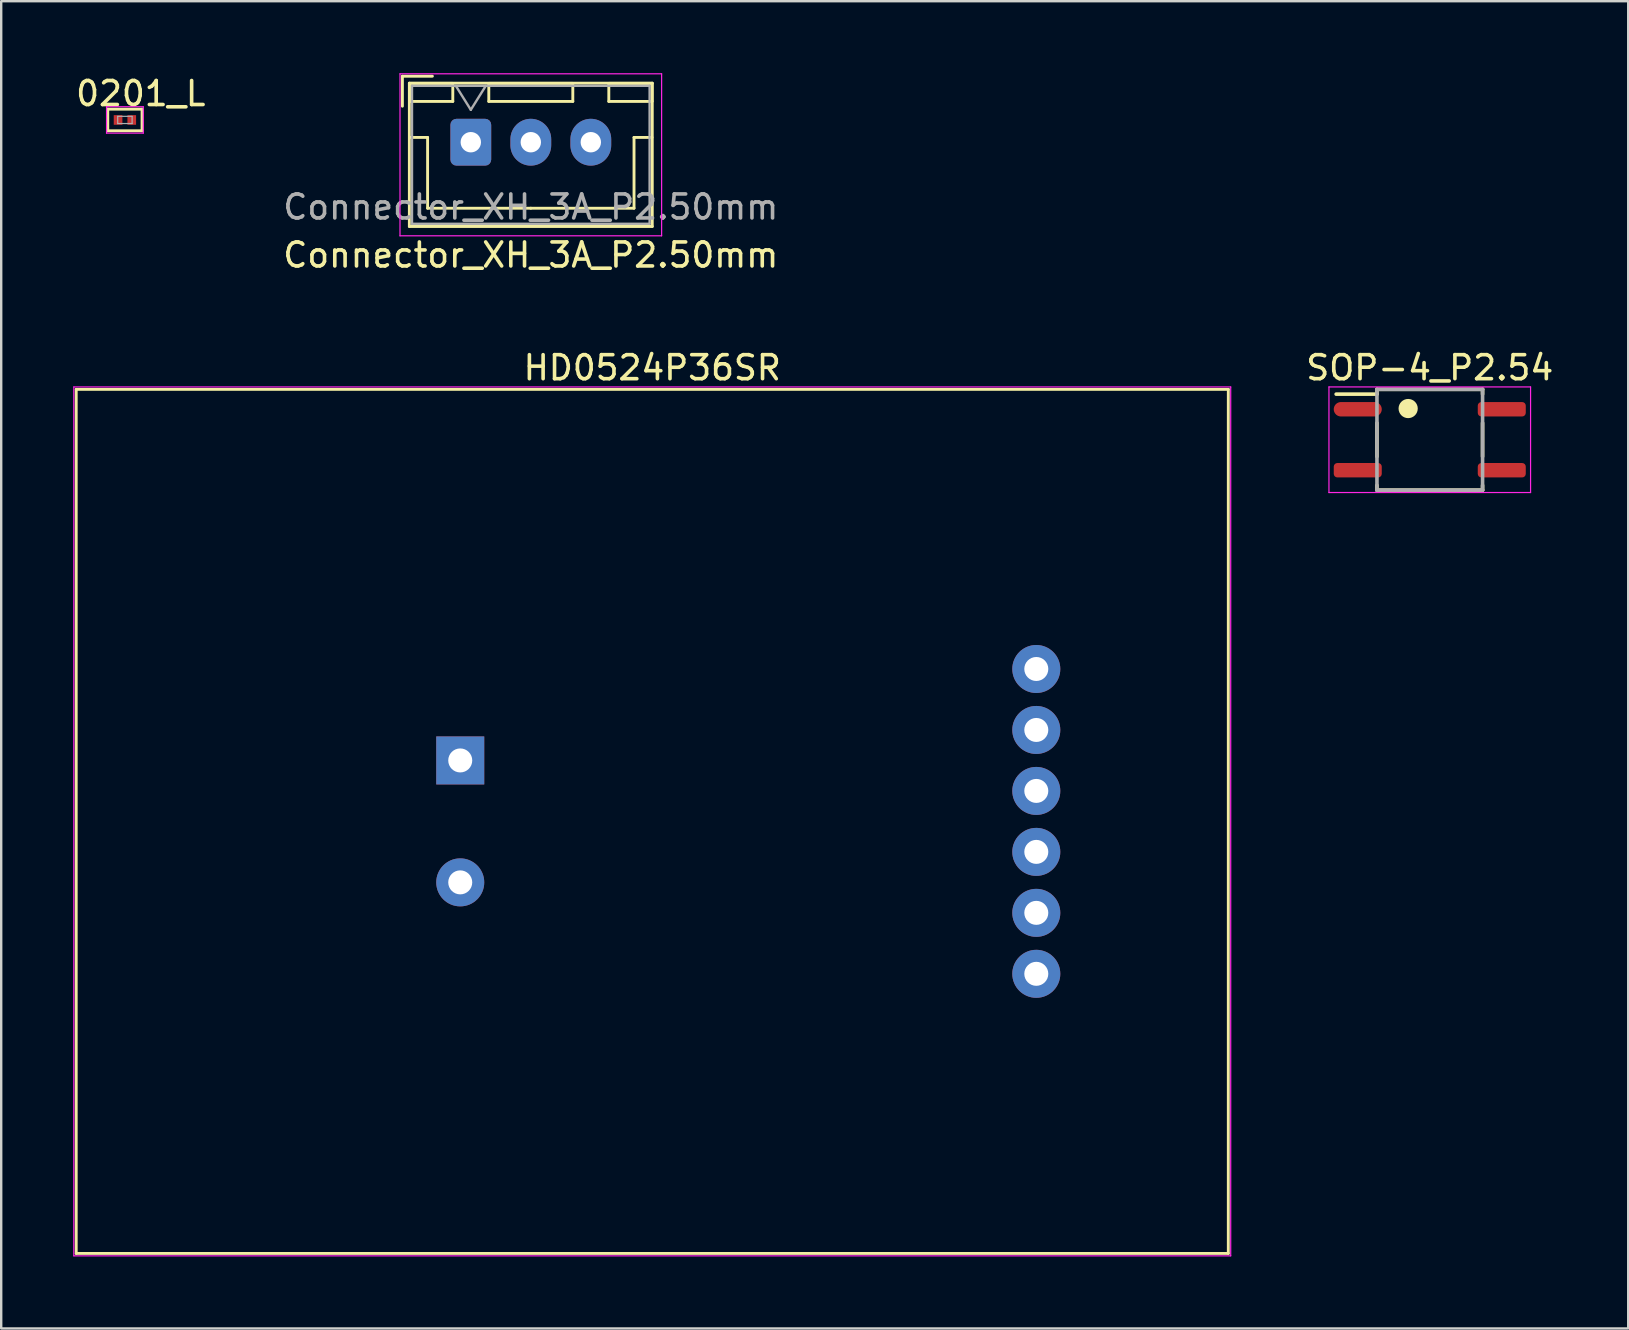
<source format=kicad_pcb>
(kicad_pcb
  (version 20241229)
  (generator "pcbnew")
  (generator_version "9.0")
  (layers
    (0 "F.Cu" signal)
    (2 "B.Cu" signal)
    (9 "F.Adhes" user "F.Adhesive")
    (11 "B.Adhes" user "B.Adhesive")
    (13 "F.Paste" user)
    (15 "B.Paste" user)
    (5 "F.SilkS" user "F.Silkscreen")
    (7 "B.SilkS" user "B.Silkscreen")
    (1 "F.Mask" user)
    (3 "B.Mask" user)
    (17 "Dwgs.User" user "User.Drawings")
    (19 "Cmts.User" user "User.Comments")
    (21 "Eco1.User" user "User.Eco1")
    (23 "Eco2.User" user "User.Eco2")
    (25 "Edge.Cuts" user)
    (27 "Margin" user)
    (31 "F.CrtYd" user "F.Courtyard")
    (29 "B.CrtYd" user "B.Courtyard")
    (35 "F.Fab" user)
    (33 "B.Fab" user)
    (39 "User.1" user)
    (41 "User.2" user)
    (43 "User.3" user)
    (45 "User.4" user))
  (footprint "Connector_XH_3A_P2.50mm"
    (layer "F.Cu")
    (at 16.565 2.875)
    (property "Reference" "Connector_XH_3A_P2.50mm" (at 2.5 4.7 0) (layer "F.SilkS") (effects (font (size 1 1) (thickness 0.15))))
    (attr through_hole)
    (fp_line (start -2.85 -2.75) (end -2.85 -1.5) (stroke (width 0.12) (type solid)) (layer "F.SilkS"))
    (fp_line (start -2.56 -2.46) (end -2.56 3.51) (stroke (width 0.12) (type solid)) (layer "F.SilkS"))
    (fp_line (start -2.56 3.51) (end 7.56 3.51) (stroke (width 0.12) (type solid)) (layer "F.SilkS"))
    (fp_line (start -2.55 -2.45) (end -2.55 -1.7) (stroke (width 0.12) (type solid)) (layer "F.SilkS"))
    (fp_line (start -2.55 -1.7) (end -0.75 -1.7) (stroke (width 0.12) (type solid)) (layer "F.SilkS"))
    (fp_line (start -2.55 -0.2) (end -1.8 -0.2) (stroke (width 0.12) (type solid)) (layer "F.SilkS"))
    (fp_line (start -1.8 -0.2) (end -1.8 2.75) (stroke (width 0.12) (type solid)) (layer "F.SilkS"))
    (fp_line (start -1.8 2.75) (end 2.5 2.75) (stroke (width 0.12) (type solid)) (layer "F.SilkS"))
    (fp_line (start -1.6 -2.75) (end -2.85 -2.75) (stroke (width 0.12) (type solid)) (layer "F.SilkS"))
    (fp_line (start -0.75 -2.45) (end -2.55 -2.45) (stroke (width 0.12) (type solid)) (layer "F.SilkS"))
    (fp_line (start -0.75 -1.7) (end -0.75 -2.45) (stroke (width 0.12) (type solid)) (layer "F.SilkS"))
    (fp_line (start 0.75 -2.45) (end 0.75 -1.7) (stroke (width 0.12) (type solid)) (layer "F.SilkS"))
    (fp_line (start 0.75 -1.7) (end 4.25 -1.7) (stroke (width 0.12) (type solid)) (layer "F.SilkS"))
    (fp_line (start 4.25 -2.45) (end 0.75 -2.45) (stroke (width 0.12) (type solid)) (layer "F.SilkS"))
    (fp_line (start 4.25 -1.7) (end 4.25 -2.45) (stroke (width 0.12) (type solid)) (layer "F.SilkS"))
    (fp_line (start 5.75 -2.45) (end 5.75 -1.7) (stroke (width 0.12) (type solid)) (layer "F.SilkS"))
    (fp_line (start 5.75 -1.7) (end 7.55 -1.7) (stroke (width 0.12) (type solid)) (layer "F.SilkS"))
    (fp_line (start 6.8 -0.2) (end 6.8 2.75) (stroke (width 0.12) (type solid)) (layer "F.SilkS"))
    (fp_line (start 6.8 2.75) (end 2.5 2.75) (stroke (width 0.12) (type solid)) (layer "F.SilkS"))
    (fp_line (start 7.55 -2.45) (end 5.75 -2.45) (stroke (width 0.12) (type solid)) (layer "F.SilkS"))
    (fp_line (start 7.55 -1.7) (end 7.55 -2.45) (stroke (width 0.12) (type solid)) (layer "F.SilkS"))
    (fp_line (start 7.55 -0.2) (end 6.8 -0.2) (stroke (width 0.12) (type solid)) (layer "F.SilkS"))
    (fp_line (start 7.56 -2.46) (end -2.56 -2.46) (stroke (width 0.12) (type solid)) (layer "F.SilkS"))
    (fp_line (start 7.56 3.51) (end 7.56 -2.46) (stroke (width 0.12) (type solid)) (layer "F.SilkS"))
    (fp_line (start -2.95 -2.85) (end -2.95 3.9) (stroke (width 0.05) (type solid)) (layer "F.CrtYd"))
    (fp_line (start -2.95 3.9) (end 7.95 3.9) (stroke (width 0.05) (type solid)) (layer "F.CrtYd"))
    (fp_line (start 7.95 -2.85) (end -2.95 -2.85) (stroke (width 0.05) (type solid)) (layer "F.CrtYd"))
    (fp_line (start 7.95 3.9) (end 7.95 -2.85) (stroke (width 0.05) (type solid)) (layer "F.CrtYd"))
    (fp_line (start -2.45 -2.35) (end -2.45 3.4) (stroke (width 0.1) (type solid)) (layer "F.Fab"))
    (fp_line (start -2.45 3.4) (end 7.45 3.4) (stroke (width 0.1) (type solid)) (layer "F.Fab"))
    (fp_line (start -0.625 -2.35) (end 0 -1.35) (stroke (width 0.1) (type solid)) (layer "F.Fab"))
    (fp_line (start 0 -1.35) (end 0.625 -2.35) (stroke (width 0.1) (type solid)) (layer "F.Fab"))
    (fp_line (start 7.45 -2.35) (end -2.45 -2.35) (stroke (width 0.1) (type solid)) (layer "F.Fab"))
    (fp_line (start 7.45 3.4) (end 7.45 -2.35) (stroke (width 0.1) (type solid)) (layer "F.Fab"))
    (fp_text user "${REFERENCE}" (at 2.5 2.7 0) (layer "F.Fab") (effects (font (size 1 1) (thickness 0.15))))
    (pad "1" thru_hole roundrect (at 0 0) (size 1.7 1.95) (drill 0.85) (layers "*.Cu" "*.Mask") (roundrect_rratio 0.147))
    (pad "2" thru_hole oval (at 2.5 0) (size 1.7 1.95) (drill 0.85) (layers "*.Cu" "*.Mask"))
    (pad "3" thru_hole oval (at 5 0) (size 1.7 1.95) (drill 0.85) (layers "*.Cu" "*.Mask")))
  (footprint "0201_L"
    (layer "F.Cu")
    (at 2.154 1.948)
    (property "Reference" "0201_L" (at 0.661 -1.099 0) (layer "F.SilkS") (effects (font (size 1 1) (thickness 0.15))))
    (attr through_hole)
    (fp_line (start -0.715 -0.45) (end 0.715 -0.45) (stroke (width 0.12) (type solid)) (layer "F.SilkS"))
    (fp_line (start -0.715 0.45) (end -0.715 -0.45) (stroke (width 0.12) (type solid)) (layer "F.SilkS"))
    (fp_line (start -0.715 0.45) (end 0.715 0.45) (stroke (width 0.12) (type solid)) (layer "F.SilkS"))
    (fp_line (start 0.715 0.45) (end 0.715 -0.45) (stroke (width 0.12) (type solid)) (layer "F.SilkS"))
    (fp_line (start -0.765 -0.55) (end 0.765 -0.55) (stroke (width 0.05) (type solid)) (layer "F.CrtYd"))
    (fp_line (start -0.765 0.55) (end -0.765 -0.55) (stroke (width 0.05) (type solid)) (layer "F.CrtYd"))
    (fp_line (start 0.765 -0.55) (end 0.765 0.55) (stroke (width 0.05) (type solid)) (layer "F.CrtYd"))
    (fp_line (start 0.765 0.55) (end -0.765 0.55) (stroke (width 0.05) (type solid)) (layer "F.CrtYd"))
    (fp_line (start -0.3 -0.15) (end 0.3 -0.15) (stroke (width 0.05) (type solid)) (layer "F.Fab"))
    (fp_line (start -0.3 0.15) (end -0.3 -0.15) (stroke (width 0.05) (type solid)) (layer "F.Fab"))
    (fp_line (start -0.3 0.15) (end 0.3 0.15) (stroke (width 0.05) (type solid)) (layer "F.Fab"))
    (fp_line (start 0.3 0.15) (end 0.3 -0.15) (stroke (width 0.05) (type solid)) (layer "F.Fab"))
    (pad "1" smd rect (at -0.285 0) (size 0.36 0.4) (layers "F.Cu" "F.Mask" "F.Paste"))
    (pad "2" smd rect (at 0.285 0) (size 0.36 0.4) (layers "F.Cu" "F.Mask" "F.Paste")))
  (footprint "HD0524P36SR"
    (layer "F.Cu")
    (at 24.125 31.172)
    (property "Reference" "HD0524P36SR" (at 0 -18.9 0) (layer "F.SilkS") (effects (font (size 1 1) (thickness 0.15))))
    (attr through_hole)
    (fp_line (start -24 -18) (end -24 18) (stroke (width 0.12) (type solid)) (layer "F.SilkS"))
    (fp_line (start -24 -18) (end 24 -18) (stroke (width 0.12) (type solid)) (layer "F.SilkS"))
    (fp_line (start -24 18) (end 24 18) (stroke (width 0.12) (type solid)) (layer "F.SilkS"))
    (fp_line (start 24 -18) (end 24 18) (stroke (width 0.12) (type solid)) (layer "F.SilkS"))
    (fp_line (start -24.1 -18.1) (end 24.1 -18.1) (stroke (width 0.05) (type solid)) (layer "F.CrtYd"))
    (fp_line (start -24.1 18.1) (end -24.1 -18.1) (stroke (width 0.05) (type solid)) (layer "F.CrtYd"))
    (fp_line (start 24.1 -18.1) (end 24.1 18.1) (stroke (width 0.05) (type solid)) (layer "F.CrtYd"))
    (fp_line (start 24.1 18.1) (end -24.1 18.1) (stroke (width 0.05) (type solid)) (layer "F.CrtYd"))
    (pad "1" thru_hole rect (at -8 -2.54) (size 2 2) (drill 1) (layers "*.Cu" "*.Mask"))
    (pad "2" thru_hole circle (at -8 2.54) (size 2 2) (drill 1) (layers "*.Cu" "*.Mask"))
    (pad "3" thru_hole circle (at 16 -6.35) (size 2 2) (drill 1) (layers "*.Cu" "*.Mask"))
    (pad "4" thru_hole circle (at 16 -3.81) (size 2 2) (drill 1) (layers "*.Cu" "*.Mask"))
    (pad "5" thru_hole circle (at 16 -1.27) (size 2 2) (drill 1) (layers "*.Cu" "*.Mask"))
    (pad "6" thru_hole circle (at 16 1.27) (size 2 2) (drill 1) (layers "*.Cu" "*.Mask"))
    (pad "7" thru_hole circle (at 16 3.81) (size 2 2) (drill 1) (layers "*.Cu" "*.Mask"))
    (pad "8" thru_hole circle (at 16 6.35) (size 2 2) (drill 1) (layers "*.Cu" "*.Mask")))
  (footprint "SOP-4_P2.54"
    (layer "F.Cu")
    (at 56.518 15.271)
    (property "Reference" "SOP-4_P2.54" (at 0 -3 0) (layer "F.SilkS") (effects (font (size 1 1) (thickness 0.15))))
    (attr through_hole)
    (fp_line (start -2.2 -2.1) (end 2.2 -2.1) (stroke (width 0.15) (type solid)) (layer "F.SilkS"))
    (fp_line (start -2.2 -1.9) (end -3.9 -1.9) (stroke (width 0.15) (type solid)) (layer "F.SilkS"))
    (fp_line (start -2.2 -1.9) (end -2.2 -2.1) (stroke (width 0.15) (type solid)) (layer "F.SilkS"))
    (fp_line (start -2.2 -0.7) (end -2.2 0.7) (stroke (width 0.15) (type solid)) (layer "F.SilkS"))
    (fp_line (start -2.2 2.1) (end -2.2 1.9) (stroke (width 0.15) (type solid)) (layer "F.SilkS"))
    (fp_line (start -2.2 2.1) (end 2.2 2.1) (stroke (width 0.15) (type solid)) (layer "F.SilkS"))
    (fp_line (start 2.2 -1.9) (end 2.2 -2.1) (stroke (width 0.15) (type solid)) (layer "F.SilkS"))
    (fp_line (start 2.2 -0.7) (end 2.2 0.7) (stroke (width 0.15) (type solid)) (layer "F.SilkS"))
    (fp_line (start 2.2 2.1) (end 2.2 1.9) (stroke (width 0.15) (type solid)) (layer "F.SilkS"))
    (fp_circle (center -0.9 -1.3) (end -0.7 -1.3) (stroke (width 0.4) (type solid)) (fill no) (layer "F.SilkS"))
    (fp_line (start -4.2 -2.2) (end 4.2 -2.2) (stroke (width 0.05) (type solid)) (layer "F.CrtYd"))
    (fp_line (start -4.2 2.2) (end -4.2 -2.2) (stroke (width 0.05) (type solid)) (layer "F.CrtYd"))
    (fp_line (start 4.2 -2.2) (end 4.2 2.2) (stroke (width 0.05) (type solid)) (layer "F.CrtYd"))
    (fp_line (start 4.2 2.2) (end -4.2 2.2) (stroke (width 0.05) (type solid)) (layer "F.CrtYd"))
    (fp_line (start -2.2 -2.1) (end 2.2 -2.1) (stroke (width 0.15) (type solid)) (layer "F.Fab"))
    (fp_line (start -2.2 2.1) (end -2.2 -2.1) (stroke (width 0.15) (type solid)) (layer "F.Fab"))
    (fp_line (start -2.2 2.1) (end 2.2 2.1) (stroke (width 0.15) (type solid)) (layer "F.Fab"))
    (fp_line (start 2.2 2.1) (end 2.2 -2.1) (stroke (width 0.15) (type solid)) (layer "F.Fab"))
    (pad "1" smd oval (at -3 -1.27 90) (size 0.6 2) (layers "F.Cu" "F.Mask" "F.Paste"))
    (pad "2" smd roundrect (at -3 1.27 90) (size 0.6 2) (layers "F.Cu" "F.Mask" "F.Paste") (roundrect_rratio 0.25))
    (pad "3" smd roundrect (at 3 1.27 90) (size 0.6 2) (layers "F.Cu" "F.Mask" "F.Paste") (roundrect_rratio 0.25))
    (pad "4" smd roundrect (at 3 -1.27 90) (size 0.6 2) (layers "F.Cu" "F.Mask" "F.Paste") (roundrect_rratio 0.25)))
  (gr_rect
    (start -3 -3)
    (end 64.786 52.297)
    (stroke (width 0.1) (type default))
    (fill no)
    (layer "Edge.Cuts")))
</source>
